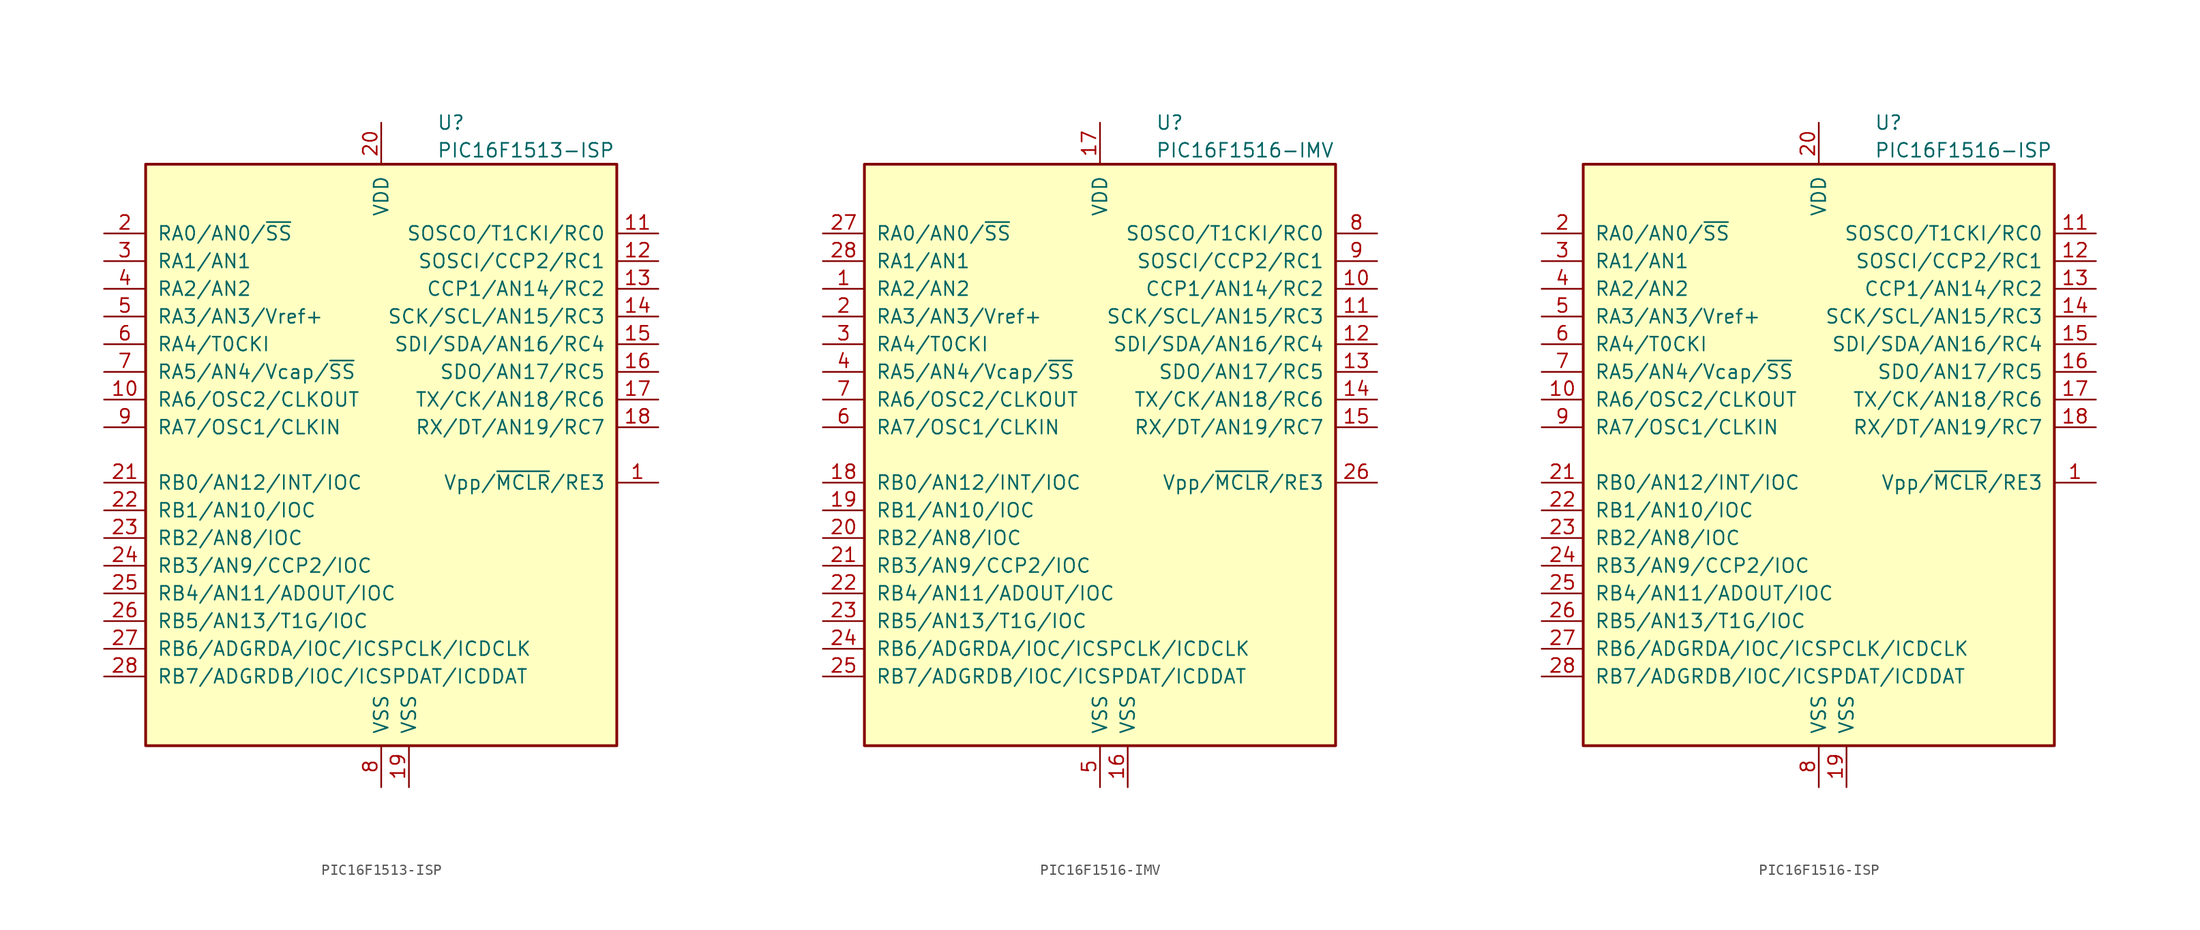
<source format=kicad_sym>
(kicad_symbol_lib
  (version 20201005)
  (generator kicad_symbol_editor)
  (symbol "MCU_Microchip_PIC16:PIC16F1513-ISP"
    (pin_names
      (offset 1.016))
    (property "Reference" "U"
      (at 5.08 30.48 0)
      (effects (font (size 1.27 1.27)) (justify left)))
    (property "Value" "PIC16F1513-ISP"
      (at 5.08 27.94 0)
      (effects (font (size 1.27 1.27)) (justify left)))
    (symbol "PIC16F1513-ISP_0_1"
      (rectangle (start -21.59 26.67) (end 21.59 -26.67) (stroke (width 0.254)) (fill (type background))))
    (symbol "PIC16F1513-ISP_1_1"
      (pin input line (at 25.4 -2.54 180) (length 3.81) (name "Vpp/~MCLR~/RE3" (effects (font (size 1.27 1.27)))) (number "1" (effects (font (size 1.27 1.27)))))
      (pin bidirectional line (at -25.4 5.08 0) (length 3.81) (name "RA6/OSC2/CLKOUT" (effects (font (size 1.27 1.27)))) (number "10" (effects (font (size 1.27 1.27)))))
      (pin bidirectional line (at 25.4 20.32 180) (length 3.81) (name "SOSCO/T1CKI/RC0" (effects (font (size 1.27 1.27)))) (number "11" (effects (font (size 1.27 1.27)))))
      (pin bidirectional line (at 25.4 17.78 180) (length 3.81) (name "SOSCI/CCP2/RC1" (effects (font (size 1.27 1.27)))) (number "12" (effects (font (size 1.27 1.27)))))
      (pin bidirectional line (at 25.4 15.24 180) (length 3.81) (name "CCP1/AN14/RC2" (effects (font (size 1.27 1.27)))) (number "13" (effects (font (size 1.27 1.27)))))
      (pin bidirectional line (at 25.4 12.7 180) (length 3.81) (name "SCK/SCL/AN15/RC3" (effects (font (size 1.27 1.27)))) (number "14" (effects (font (size 1.27 1.27)))))
      (pin bidirectional line (at 25.4 10.16 180) (length 3.81) (name "SDI/SDA/AN16/RC4" (effects (font (size 1.27 1.27)))) (number "15" (effects (font (size 1.27 1.27)))))
      (pin bidirectional line (at 25.4 7.62 180) (length 3.81) (name "SDO/AN17/RC5" (effects (font (size 1.27 1.27)))) (number "16" (effects (font (size 1.27 1.27)))))
      (pin bidirectional line (at 25.4 5.08 180) (length 3.81) (name "TX/CK/AN18/RC6" (effects (font (size 1.27 1.27)))) (number "17" (effects (font (size 1.27 1.27)))))
      (pin bidirectional line (at 25.4 2.54 180) (length 3.81) (name "RX/DT/AN19/RC7" (effects (font (size 1.27 1.27)))) (number "18" (effects (font (size 1.27 1.27)))))
      (pin power_in line (at 2.54 -30.48 90) (length 3.81) (name "VSS" (effects (font (size 1.27 1.27)))) (number "19" (effects (font (size 1.27 1.27)))))
      (pin bidirectional line (at -25.4 20.32 0) (length 3.81) (name "RA0/AN0/~SS" (effects (font (size 1.27 1.27)))) (number "2" (effects (font (size 1.27 1.27)))))
      (pin power_in line (at 0 30.48 270) (length 3.81) (name "VDD" (effects (font (size 1.27 1.27)))) (number "20" (effects (font (size 1.27 1.27)))))
      (pin bidirectional line (at -25.4 -2.54 0) (length 3.81) (name "RB0/AN12/INT/IOC" (effects (font (size 1.27 1.27)))) (number "21" (effects (font (size 1.27 1.27)))))
      (pin bidirectional line (at -25.4 -5.08 0) (length 3.81) (name "RB1/AN10/IOC" (effects (font (size 1.27 1.27)))) (number "22" (effects (font (size 1.27 1.27)))))
      (pin bidirectional line (at -25.4 -7.62 0) (length 3.81) (name "RB2/AN8/IOC" (effects (font (size 1.27 1.27)))) (number "23" (effects (font (size 1.27 1.27)))))
      (pin bidirectional line (at -25.4 -10.16 0) (length 3.81) (name "RB3/AN9/CCP2/IOC" (effects (font (size 1.27 1.27)))) (number "24" (effects (font (size 1.27 1.27)))))
      (pin bidirectional line (at -25.4 -12.7 0) (length 3.81) (name "RB4/AN11/ADOUT/IOC" (effects (font (size 1.27 1.27)))) (number "25" (effects (font (size 1.27 1.27)))))
      (pin bidirectional line (at -25.4 -15.24 0) (length 3.81) (name "RB5/AN13/T1G/IOC" (effects (font (size 1.27 1.27)))) (number "26" (effects (font (size 1.27 1.27)))))
      (pin bidirectional line (at -25.4 -17.78 0) (length 3.81) (name "RB6/ADGRDA/IOC/ICSPCLK/ICDCLK" (effects (font (size 1.27 1.27)))) (number "27" (effects (font (size 1.27 1.27)))))
      (pin bidirectional line (at -25.4 -20.32 0) (length 3.81) (name "RB7/ADGRDB/IOC/ICSPDAT/ICDDAT" (effects (font (size 1.27 1.27)))) (number "28" (effects (font (size 1.27 1.27)))))
      (pin bidirectional line (at -25.4 17.78 0) (length 3.81) (name "RA1/AN1" (effects (font (size 1.27 1.27)))) (number "3" (effects (font (size 1.27 1.27)))))
      (pin bidirectional line (at -25.4 15.24 0) (length 3.81) (name "RA2/AN2" (effects (font (size 1.27 1.27)))) (number "4" (effects (font (size 1.27 1.27)))))
      (pin bidirectional line (at -25.4 12.7 0) (length 3.81) (name "RA3/AN3/Vref+" (effects (font (size 1.27 1.27)))) (number "5" (effects (font (size 1.27 1.27)))))
      (pin bidirectional line (at -25.4 10.16 0) (length 3.81) (name "RA4/T0CKI" (effects (font (size 1.27 1.27)))) (number "6" (effects (font (size 1.27 1.27)))))
      (pin bidirectional line (at -25.4 7.62 0) (length 3.81) (name "RA5/AN4/Vcap/~SS" (effects (font (size 1.27 1.27)))) (number "7" (effects (font (size 1.27 1.27)))))
      (pin power_in line (at 0 -30.48 90) (length 3.81) (name "VSS" (effects (font (size 1.27 1.27)))) (number "8" (effects (font (size 1.27 1.27)))))
      (pin bidirectional line (at -25.4 2.54 0) (length 3.81) (name "RA7/OSC1/CLKIN" (effects (font (size 1.27 1.27)))) (number "9" (effects (font (size 1.27 1.27)))))))
  (symbol "MCU_Microchip_PIC16:PIC16F1516-IMV"
    (pin_names
      (offset 1.016))
    (property "Reference" "U"
      (at 5.08 30.48 0)
      (effects (font (size 1.27 1.27)) (justify left)))
    (property "Value" "PIC16F1516-IMV"
      (at 5.08 27.94 0)
      (effects (font (size 1.27 1.27)) (justify left)))
    (symbol "PIC16F1516-IMV_0_1"
      (rectangle (start -21.59 26.67) (end 21.59 -26.67) (stroke (width 0.254)) (fill (type background))))
    (symbol "PIC16F1516-IMV_1_1"
      (pin bidirectional line (at -25.4 15.24 0) (length 3.81) (name "RA2/AN2" (effects (font (size 1.27 1.27)))) (number "1" (effects (font (size 1.27 1.27)))))
      (pin bidirectional line (at 25.4 15.24 180) (length 3.81) (name "CCP1/AN14/RC2" (effects (font (size 1.27 1.27)))) (number "10" (effects (font (size 1.27 1.27)))))
      (pin bidirectional line (at 25.4 12.7 180) (length 3.81) (name "SCK/SCL/AN15/RC3" (effects (font (size 1.27 1.27)))) (number "11" (effects (font (size 1.27 1.27)))))
      (pin bidirectional line (at 25.4 10.16 180) (length 3.81) (name "SDI/SDA/AN16/RC4" (effects (font (size 1.27 1.27)))) (number "12" (effects (font (size 1.27 1.27)))))
      (pin bidirectional line (at 25.4 7.62 180) (length 3.81) (name "SDO/AN17/RC5" (effects (font (size 1.27 1.27)))) (number "13" (effects (font (size 1.27 1.27)))))
      (pin bidirectional line (at 25.4 5.08 180) (length 3.81) (name "TX/CK/AN18/RC6" (effects (font (size 1.27 1.27)))) (number "14" (effects (font (size 1.27 1.27)))))
      (pin bidirectional line (at 25.4 2.54 180) (length 3.81) (name "RX/DT/AN19/RC7" (effects (font (size 1.27 1.27)))) (number "15" (effects (font (size 1.27 1.27)))))
      (pin power_in line (at 2.54 -30.48 90) (length 3.81) (name "VSS" (effects (font (size 1.27 1.27)))) (number "16" (effects (font (size 1.27 1.27)))))
      (pin power_in line (at 0 30.48 270) (length 3.81) (name "VDD" (effects (font (size 1.27 1.27)))) (number "17" (effects (font (size 1.27 1.27)))))
      (pin bidirectional line (at -25.4 -2.54 0) (length 3.81) (name "RB0/AN12/INT/IOC" (effects (font (size 1.27 1.27)))) (number "18" (effects (font (size 1.27 1.27)))))
      (pin bidirectional line (at -25.4 -5.08 0) (length 3.81) (name "RB1/AN10/IOC" (effects (font (size 1.27 1.27)))) (number "19" (effects (font (size 1.27 1.27)))))
      (pin bidirectional line (at -25.4 12.7 0) (length 3.81) (name "RA3/AN3/Vref+" (effects (font (size 1.27 1.27)))) (number "2" (effects (font (size 1.27 1.27)))))
      (pin bidirectional line (at -25.4 -7.62 0) (length 3.81) (name "RB2/AN8/IOC" (effects (font (size 1.27 1.27)))) (number "20" (effects (font (size 1.27 1.27)))))
      (pin bidirectional line (at -25.4 -10.16 0) (length 3.81) (name "RB3/AN9/CCP2/IOC" (effects (font (size 1.27 1.27)))) (number "21" (effects (font (size 1.27 1.27)))))
      (pin bidirectional line (at -25.4 -12.7 0) (length 3.81) (name "RB4/AN11/ADOUT/IOC" (effects (font (size 1.27 1.27)))) (number "22" (effects (font (size 1.27 1.27)))))
      (pin bidirectional line (at -25.4 -15.24 0) (length 3.81) (name "RB5/AN13/T1G/IOC" (effects (font (size 1.27 1.27)))) (number "23" (effects (font (size 1.27 1.27)))))
      (pin bidirectional line (at -25.4 -17.78 0) (length 3.81) (name "RB6/ADGRDA/IOC/ICSPCLK/ICDCLK" (effects (font (size 1.27 1.27)))) (number "24" (effects (font (size 1.27 1.27)))))
      (pin bidirectional line (at -25.4 -20.32 0) (length 3.81) (name "RB7/ADGRDB/IOC/ICSPDAT/ICDDAT" (effects (font (size 1.27 1.27)))) (number "25" (effects (font (size 1.27 1.27)))))
      (pin input line (at 25.4 -2.54 180) (length 3.81) (name "Vpp/~MCLR~/RE3" (effects (font (size 1.27 1.27)))) (number "26" (effects (font (size 1.27 1.27)))))
      (pin bidirectional line (at -25.4 20.32 0) (length 3.81) (name "RA0/AN0/~SS" (effects (font (size 1.27 1.27)))) (number "27" (effects (font (size 1.27 1.27)))))
      (pin bidirectional line (at -25.4 17.78 0) (length 3.81) (name "RA1/AN1" (effects (font (size 1.27 1.27)))) (number "28" (effects (font (size 1.27 1.27)))))
      (pin bidirectional line (at -25.4 10.16 0) (length 3.81) (name "RA4/T0CKI" (effects (font (size 1.27 1.27)))) (number "3" (effects (font (size 1.27 1.27)))))
      (pin bidirectional line (at -25.4 7.62 0) (length 3.81) (name "RA5/AN4/Vcap/~SS" (effects (font (size 1.27 1.27)))) (number "4" (effects (font (size 1.27 1.27)))))
      (pin power_in line (at 0 -30.48 90) (length 3.81) (name "VSS" (effects (font (size 1.27 1.27)))) (number "5" (effects (font (size 1.27 1.27)))))
      (pin bidirectional line (at -25.4 2.54 0) (length 3.81) (name "RA7/OSC1/CLKIN" (effects (font (size 1.27 1.27)))) (number "6" (effects (font (size 1.27 1.27)))))
      (pin bidirectional line (at -25.4 5.08 0) (length 3.81) (name "RA6/OSC2/CLKOUT" (effects (font (size 1.27 1.27)))) (number "7" (effects (font (size 1.27 1.27)))))
      (pin bidirectional line (at 25.4 20.32 180) (length 3.81) (name "SOSCO/T1CKI/RC0" (effects (font (size 1.27 1.27)))) (number "8" (effects (font (size 1.27 1.27)))))
      (pin bidirectional line (at 25.4 17.78 180) (length 3.81) (name "SOSCI/CCP2/RC1" (effects (font (size 1.27 1.27)))) (number "9" (effects (font (size 1.27 1.27)))))))
  (symbol "MCU_Microchip_PIC16:PIC16F1516-ISP"
    (pin_names
      (offset 1.016))
    (property "Reference" "U"
      (at 5.08 30.48 0)
      (effects (font (size 1.27 1.27)) (justify left)))
    (property "Value" "PIC16F1516-ISP"
      (at 5.08 27.94 0)
      (effects (font (size 1.27 1.27)) (justify left)))
    (symbol "PIC16F1516-ISP_0_1"
      (rectangle (start -21.59 26.67) (end 21.59 -26.67) (stroke (width 0.254)) (fill (type background))))
    (symbol "PIC16F1516-ISP_1_1"
      (pin input line (at 25.4 -2.54 180) (length 3.81) (name "Vpp/~MCLR~/RE3" (effects (font (size 1.27 1.27)))) (number "1" (effects (font (size 1.27 1.27)))))
      (pin bidirectional line (at -25.4 5.08 0) (length 3.81) (name "RA6/OSC2/CLKOUT" (effects (font (size 1.27 1.27)))) (number "10" (effects (font (size 1.27 1.27)))))
      (pin bidirectional line (at 25.4 20.32 180) (length 3.81) (name "SOSCO/T1CKI/RC0" (effects (font (size 1.27 1.27)))) (number "11" (effects (font (size 1.27 1.27)))))
      (pin bidirectional line (at 25.4 17.78 180) (length 3.81) (name "SOSCI/CCP2/RC1" (effects (font (size 1.27 1.27)))) (number "12" (effects (font (size 1.27 1.27)))))
      (pin bidirectional line (at 25.4 15.24 180) (length 3.81) (name "CCP1/AN14/RC2" (effects (font (size 1.27 1.27)))) (number "13" (effects (font (size 1.27 1.27)))))
      (pin bidirectional line (at 25.4 12.7 180) (length 3.81) (name "SCK/SCL/AN15/RC3" (effects (font (size 1.27 1.27)))) (number "14" (effects (font (size 1.27 1.27)))))
      (pin bidirectional line (at 25.4 10.16 180) (length 3.81) (name "SDI/SDA/AN16/RC4" (effects (font (size 1.27 1.27)))) (number "15" (effects (font (size 1.27 1.27)))))
      (pin bidirectional line (at 25.4 7.62 180) (length 3.81) (name "SDO/AN17/RC5" (effects (font (size 1.27 1.27)))) (number "16" (effects (font (size 1.27 1.27)))))
      (pin bidirectional line (at 25.4 5.08 180) (length 3.81) (name "TX/CK/AN18/RC6" (effects (font (size 1.27 1.27)))) (number "17" (effects (font (size 1.27 1.27)))))
      (pin bidirectional line (at 25.4 2.54 180) (length 3.81) (name "RX/DT/AN19/RC7" (effects (font (size 1.27 1.27)))) (number "18" (effects (font (size 1.27 1.27)))))
      (pin power_in line (at 2.54 -30.48 90) (length 3.81) (name "VSS" (effects (font (size 1.27 1.27)))) (number "19" (effects (font (size 1.27 1.27)))))
      (pin bidirectional line (at -25.4 20.32 0) (length 3.81) (name "RA0/AN0/~SS" (effects (font (size 1.27 1.27)))) (number "2" (effects (font (size 1.27 1.27)))))
      (pin power_in line (at 0 30.48 270) (length 3.81) (name "VDD" (effects (font (size 1.27 1.27)))) (number "20" (effects (font (size 1.27 1.27)))))
      (pin bidirectional line (at -25.4 -2.54 0) (length 3.81) (name "RB0/AN12/INT/IOC" (effects (font (size 1.27 1.27)))) (number "21" (effects (font (size 1.27 1.27)))))
      (pin bidirectional line (at -25.4 -5.08 0) (length 3.81) (name "RB1/AN10/IOC" (effects (font (size 1.27 1.27)))) (number "22" (effects (font (size 1.27 1.27)))))
      (pin bidirectional line (at -25.4 -7.62 0) (length 3.81) (name "RB2/AN8/IOC" (effects (font (size 1.27 1.27)))) (number "23" (effects (font (size 1.27 1.27)))))
      (pin bidirectional line (at -25.4 -10.16 0) (length 3.81) (name "RB3/AN9/CCP2/IOC" (effects (font (size 1.27 1.27)))) (number "24" (effects (font (size 1.27 1.27)))))
      (pin bidirectional line (at -25.4 -12.7 0) (length 3.81) (name "RB4/AN11/ADOUT/IOC" (effects (font (size 1.27 1.27)))) (number "25" (effects (font (size 1.27 1.27)))))
      (pin bidirectional line (at -25.4 -15.24 0) (length 3.81) (name "RB5/AN13/T1G/IOC" (effects (font (size 1.27 1.27)))) (number "26" (effects (font (size 1.27 1.27)))))
      (pin bidirectional line (at -25.4 -17.78 0) (length 3.81) (name "RB6/ADGRDA/IOC/ICSPCLK/ICDCLK" (effects (font (size 1.27 1.27)))) (number "27" (effects (font (size 1.27 1.27)))))
      (pin bidirectional line (at -25.4 -20.32 0) (length 3.81) (name "RB7/ADGRDB/IOC/ICSPDAT/ICDDAT" (effects (font (size 1.27 1.27)))) (number "28" (effects (font (size 1.27 1.27)))))
      (pin bidirectional line (at -25.4 17.78 0) (length 3.81) (name "RA1/AN1" (effects (font (size 1.27 1.27)))) (number "3" (effects (font (size 1.27 1.27)))))
      (pin bidirectional line (at -25.4 15.24 0) (length 3.81) (name "RA2/AN2" (effects (font (size 1.27 1.27)))) (number "4" (effects (font (size 1.27 1.27)))))
      (pin bidirectional line (at -25.4 12.7 0) (length 3.81) (name "RA3/AN3/Vref+" (effects (font (size 1.27 1.27)))) (number "5" (effects (font (size 1.27 1.27)))))
      (pin bidirectional line (at -25.4 10.16 0) (length 3.81) (name "RA4/T0CKI" (effects (font (size 1.27 1.27)))) (number "6" (effects (font (size 1.27 1.27)))))
      (pin bidirectional line (at -25.4 7.62 0) (length 3.81) (name "RA5/AN4/Vcap/~SS" (effects (font (size 1.27 1.27)))) (number "7" (effects (font (size 1.27 1.27)))))
      (pin power_in line (at 0 -30.48 90) (length 3.81) (name "VSS" (effects (font (size 1.27 1.27)))) (number "8" (effects (font (size 1.27 1.27)))))
      (pin bidirectional line (at -25.4 2.54 0) (length 3.81) (name "RA7/OSC1/CLKIN" (effects (font (size 1.27 1.27)))) (number "9" (effects (font (size 1.27 1.27))))))))
</source>
